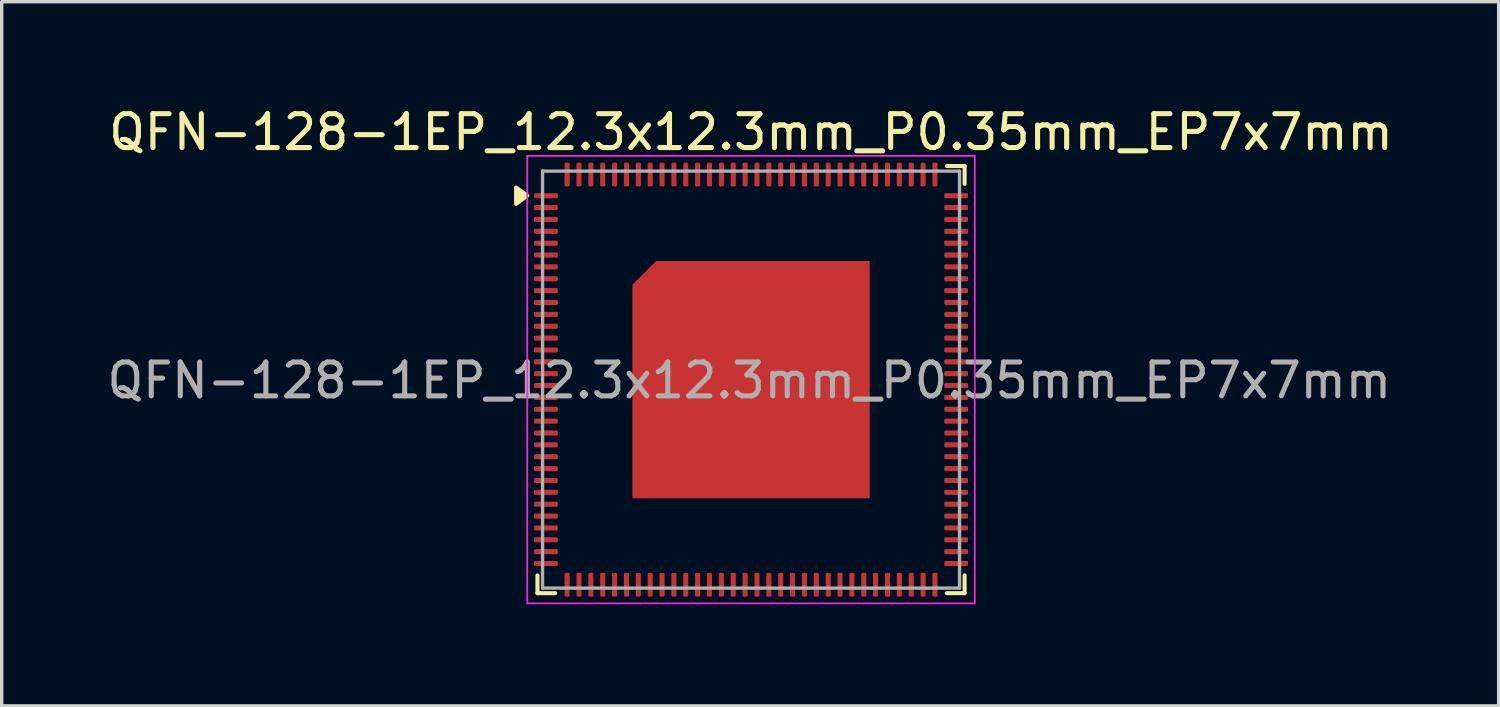
<source format=kicad_pcb>
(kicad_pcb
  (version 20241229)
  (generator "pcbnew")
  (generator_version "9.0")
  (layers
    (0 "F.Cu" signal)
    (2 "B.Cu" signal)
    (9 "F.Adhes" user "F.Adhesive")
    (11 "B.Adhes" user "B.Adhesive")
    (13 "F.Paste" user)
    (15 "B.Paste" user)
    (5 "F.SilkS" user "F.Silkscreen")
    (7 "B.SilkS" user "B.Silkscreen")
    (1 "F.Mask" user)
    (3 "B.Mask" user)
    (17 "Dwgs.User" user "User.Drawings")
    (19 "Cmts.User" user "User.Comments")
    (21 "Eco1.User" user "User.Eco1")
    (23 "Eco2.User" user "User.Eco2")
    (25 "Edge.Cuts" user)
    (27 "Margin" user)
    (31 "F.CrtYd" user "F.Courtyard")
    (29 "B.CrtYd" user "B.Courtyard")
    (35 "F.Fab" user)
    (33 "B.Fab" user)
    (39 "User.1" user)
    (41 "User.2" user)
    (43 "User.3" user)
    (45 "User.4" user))
  (footprint "QFN-128-1EP_12.3x12.3mm_P0.35mm_EP7x7mm"
    (layer "F.Cu")
    (at 19.104 8.148)
    (property "Reference" "QFN-128-1EP_12.3x12.3mm_P0.35mm_EP7x7mm" (at 0 -7.3 0) (layer "F.SilkS") (effects (font (size 1 1) (thickness 0.15))))
    (attr smd)
    (fp_line (start -6.3 6.3) (end -6.3 5.775) (stroke (width 0.12) (type default)) (layer "F.SilkS"))
    (fp_line (start -5.775 6.3) (end -6.3 6.3) (stroke (width 0.12) (type default)) (layer "F.SilkS"))
    (fp_line (start 5.775 -6.3) (end 6.3 -6.3) (stroke (width 0.12) (type default)) (layer "F.SilkS"))
    (fp_line (start 5.775 6.3) (end 6.3 6.3) (stroke (width 0.12) (type default)) (layer "F.SilkS"))
    (fp_line (start 6.3 -6.3) (end 6.3 -5.775) (stroke (width 0.12) (type default)) (layer "F.SilkS"))
    (fp_line (start 6.3 6.3) (end 6.3 5.775) (stroke (width 0.12) (type default)) (layer "F.SilkS"))
    (fp_poly (pts (xy -6.6 -5.425) (xy -6.93 -5.185) (xy -6.93 -5.665) (xy -6.6 -5.425)) (stroke (width 0.12) (type solid)) (fill yes) (layer "F.SilkS"))
    (fp_line (start -6.6 -6.6) (end 6.6 -6.6) (stroke (width 0.05) (type default)) (layer "F.CrtYd"))
    (fp_line (start -6.6 6.6) (end -6.6 -6.6) (stroke (width 0.05) (type default)) (layer "F.CrtYd"))
    (fp_line (start 6.6 -6.6) (end 6.6 6.6) (stroke (width 0.05) (type default)) (layer "F.CrtYd"))
    (fp_line (start 6.6 6.6) (end -6.6 6.6) (stroke (width 0.05) (type default)) (layer "F.CrtYd"))
    (fp_line (start -6.15 -6.15) (end -6.15 6.15) (stroke (width 0.1) (type default)) (layer "F.Fab"))
    (fp_line (start -6.15 6.15) (end 6.15 6.15) (stroke (width 0.1) (type default)) (layer "F.Fab"))
    (fp_line (start 6.15 -6.15) (end -6.15 -6.15) (stroke (width 0.1) (type default)) (layer "F.Fab"))
    (fp_line (start 6.15 6.15) (end 6.15 -6.15) (stroke (width 0.1) (type default)) (layer "F.Fab"))
    (fp_text user "${REFERENCE}" (at -0.05 0.025 180) (layer "F.Fab") (effects (font (size 1 1) (thickness 0.15))))
    (pad "" smd rect (at -2.625 -2.625) (size 1 1) (layers "F.Paste"))
    (pad "" smd rect (at -2.625 -0.875) (size 1 1) (layers "F.Paste"))
    (pad "" smd rect (at -2.625 0.875) (size 1 1) (layers "F.Paste"))
    (pad "" smd rect (at -2.625 2.625) (size 1 1) (layers "F.Paste"))
    (pad "" smd rect (at -0.875 -2.625) (size 1 1) (layers "F.Paste"))
    (pad "" smd rect (at -0.875 -0.875) (size 1 1) (layers "F.Paste"))
    (pad "" smd rect (at -0.875 0.875) (size 1 1) (layers "F.Paste"))
    (pad "" smd rect (at -0.875 2.625) (size 1 1) (layers "F.Paste"))
    (pad "" smd rect (at 0.875 -2.625) (size 1 1) (layers "F.Paste"))
    (pad "" smd rect (at 0.875 -0.875) (size 1 1) (layers "F.Paste"))
    (pad "" smd rect (at 0.875 0.875) (size 1 1) (layers "F.Paste"))
    (pad "" smd rect (at 0.875 2.625) (size 1 1) (layers "F.Paste"))
    (pad "" smd rect (at 2.625 -2.625) (size 1 1) (layers "F.Paste"))
    (pad "" smd rect (at 2.625 -0.875) (size 1 1) (layers "F.Paste"))
    (pad "" smd rect (at 2.625 0.875) (size 1 1) (layers "F.Paste"))
    (pad "" smd rect (at 2.625 2.625) (size 1 1) (layers "F.Paste"))
    (pad "1" smd roundrect (at -6.05 -5.425 90) (size 0.15 0.7) (layers "F.Cu" "F.Mask" "F.Paste") (roundrect_rratio 0.25))
    (pad "2" smd roundrect (at -6.05 -5.075 90) (size 0.15 0.7) (layers "F.Cu" "F.Mask" "F.Paste") (roundrect_rratio 0.25))
    (pad "3" smd roundrect (at -6.05 -4.725 90) (size 0.15 0.7) (layers "F.Cu" "F.Mask" "F.Paste") (roundrect_rratio 0.25))
    (pad "4" smd roundrect (at -6.05 -4.375 90) (size 0.15 0.7) (layers "F.Cu" "F.Mask" "F.Paste") (roundrect_rratio 0.25))
    (pad "5" smd roundrect (at -6.05 -4.025 90) (size 0.15 0.7) (layers "F.Cu" "F.Mask" "F.Paste") (roundrect_rratio 0.25))
    (pad "6" smd roundrect (at -6.05 -3.675 90) (size 0.15 0.7) (layers "F.Cu" "F.Mask" "F.Paste") (roundrect_rratio 0.25))
    (pad "7" smd roundrect (at -6.05 -3.325 90) (size 0.15 0.7) (layers "F.Cu" "F.Mask" "F.Paste") (roundrect_rratio 0.25))
    (pad "8" smd roundrect (at -6.05 -2.975 90) (size 0.15 0.7) (layers "F.Cu" "F.Mask" "F.Paste") (roundrect_rratio 0.25))
    (pad "9" smd roundrect (at -6.05 -2.625 90) (size 0.15 0.7) (layers "F.Cu" "F.Mask" "F.Paste") (roundrect_rratio 0.25))
    (pad "10" smd roundrect (at -6.05 -2.275 90) (size 0.15 0.7) (layers "F.Cu" "F.Mask" "F.Paste") (roundrect_rratio 0.25))
    (pad "11" smd roundrect (at -6.05 -1.925 90) (size 0.15 0.7) (layers "F.Cu" "F.Mask" "F.Paste") (roundrect_rratio 0.25))
    (pad "12" smd roundrect (at -6.05 -1.575 90) (size 0.15 0.7) (layers "F.Cu" "F.Mask" "F.Paste") (roundrect_rratio 0.25))
    (pad "13" smd roundrect (at -6.05 -1.225 90) (size 0.15 0.7) (layers "F.Cu" "F.Mask" "F.Paste") (roundrect_rratio 0.25))
    (pad "14" smd roundrect (at -6.05 -0.875 90) (size 0.15 0.7) (layers "F.Cu" "F.Mask" "F.Paste") (roundrect_rratio 0.25))
    (pad "15" smd roundrect (at -6.05 -0.525 90) (size 0.15 0.7) (layers "F.Cu" "F.Mask" "F.Paste") (roundrect_rratio 0.25))
    (pad "16" smd roundrect (at -6.05 -0.175 90) (size 0.15 0.7) (layers "F.Cu" "F.Mask" "F.Paste") (roundrect_rratio 0.25))
    (pad "17" smd roundrect (at -6.05 0.175 90) (size 0.15 0.7) (layers "F.Cu" "F.Mask" "F.Paste") (roundrect_rratio 0.25))
    (pad "18" smd roundrect (at -6.05 0.525 90) (size 0.15 0.7) (layers "F.Cu" "F.Mask" "F.Paste") (roundrect_rratio 0.25))
    (pad "19" smd roundrect (at -6.05 0.875 90) (size 0.15 0.7) (layers "F.Cu" "F.Mask" "F.Paste") (roundrect_rratio 0.25))
    (pad "20" smd roundrect (at -6.05 1.225 90) (size 0.15 0.7) (layers "F.Cu" "F.Mask" "F.Paste") (roundrect_rratio 0.25))
    (pad "21" smd roundrect (at -6.05 1.575 90) (size 0.15 0.7) (layers "F.Cu" "F.Mask" "F.Paste") (roundrect_rratio 0.25))
    (pad "22" smd roundrect (at -6.05 1.925 90) (size 0.15 0.7) (layers "F.Cu" "F.Mask" "F.Paste") (roundrect_rratio 0.25))
    (pad "23" smd roundrect (at -6.05 2.275 90) (size 0.15 0.7) (layers "F.Cu" "F.Mask" "F.Paste") (roundrect_rratio 0.25))
    (pad "24" smd roundrect (at -6.05 2.625 90) (size 0.15 0.7) (layers "F.Cu" "F.Mask" "F.Paste") (roundrect_rratio 0.25))
    (pad "25" smd roundrect (at -6.05 2.975 90) (size 0.15 0.7) (layers "F.Cu" "F.Mask" "F.Paste") (roundrect_rratio 0.25))
    (pad "26" smd roundrect (at -6.05 3.325 90) (size 0.15 0.7) (layers "F.Cu" "F.Mask" "F.Paste") (roundrect_rratio 0.25))
    (pad "27" smd roundrect (at -6.05 3.675 90) (size 0.15 0.7) (layers "F.Cu" "F.Mask" "F.Paste") (roundrect_rratio 0.25))
    (pad "28" smd roundrect (at -6.05 4.025 90) (size 0.15 0.7) (layers "F.Cu" "F.Mask" "F.Paste") (roundrect_rratio 0.25))
    (pad "29" smd roundrect (at -6.05 4.375 90) (size 0.15 0.7) (layers "F.Cu" "F.Mask" "F.Paste") (roundrect_rratio 0.25))
    (pad "30" smd roundrect (at -6.05 4.725 90) (size 0.15 0.7) (layers "F.Cu" "F.Mask" "F.Paste") (roundrect_rratio 0.25))
    (pad "31" smd roundrect (at -6.05 5.075 90) (size 0.15 0.7) (layers "F.Cu" "F.Mask" "F.Paste") (roundrect_rratio 0.25))
    (pad "32" smd roundrect (at -6.05 5.425 90) (size 0.15 0.7) (layers "F.Cu" "F.Mask" "F.Paste") (roundrect_rratio 0.25))
    (pad "33" smd roundrect (at -5.425 6.05) (size 0.15 0.7) (layers "F.Cu" "F.Mask" "F.Paste") (roundrect_rratio 0.25))
    (pad "34" smd roundrect (at -5.075 6.05) (size 0.15 0.7) (layers "F.Cu" "F.Mask" "F.Paste") (roundrect_rratio 0.25))
    (pad "35" smd roundrect (at -4.725 6.05) (size 0.15 0.7) (layers "F.Cu" "F.Mask" "F.Paste") (roundrect_rratio 0.25))
    (pad "36" smd roundrect (at -4.375 6.05) (size 0.15 0.7) (layers "F.Cu" "F.Mask" "F.Paste") (roundrect_rratio 0.25))
    (pad "37" smd roundrect (at -4.025 6.05) (size 0.15 0.7) (layers "F.Cu" "F.Mask" "F.Paste") (roundrect_rratio 0.25))
    (pad "38" smd roundrect (at -3.675 6.05) (size 0.15 0.7) (layers "F.Cu" "F.Mask" "F.Paste") (roundrect_rratio 0.25))
    (pad "39" smd roundrect (at -3.325 6.05) (size 0.15 0.7) (layers "F.Cu" "F.Mask" "F.Paste") (roundrect_rratio 0.25))
    (pad "40" smd roundrect (at -2.975 6.05) (size 0.15 0.7) (layers "F.Cu" "F.Mask" "F.Paste") (roundrect_rratio 0.25))
    (pad "41" smd roundrect (at -2.625 6.05) (size 0.15 0.7) (layers "F.Cu" "F.Mask" "F.Paste") (roundrect_rratio 0.25))
    (pad "42" smd roundrect (at -2.275 6.05) (size 0.15 0.7) (layers "F.Cu" "F.Mask" "F.Paste") (roundrect_rratio 0.25))
    (pad "43" smd roundrect (at -1.925 6.05) (size 0.15 0.7) (layers "F.Cu" "F.Mask" "F.Paste") (roundrect_rratio 0.25))
    (pad "44" smd roundrect (at -1.575 6.05) (size 0.15 0.7) (layers "F.Cu" "F.Mask" "F.Paste") (roundrect_rratio 0.25))
    (pad "45" smd roundrect (at -1.225 6.05) (size 0.15 0.7) (layers "F.Cu" "F.Mask" "F.Paste") (roundrect_rratio 0.25))
    (pad "46" smd roundrect (at -0.875 6.05) (size 0.15 0.7) (layers "F.Cu" "F.Mask" "F.Paste") (roundrect_rratio 0.25))
    (pad "47" smd roundrect (at -0.525 6.05) (size 0.15 0.7) (layers "F.Cu" "F.Mask" "F.Paste") (roundrect_rratio 0.25))
    (pad "48" smd roundrect (at -0.175 6.05) (size 0.15 0.7) (layers "F.Cu" "F.Mask" "F.Paste") (roundrect_rratio 0.25))
    (pad "49" smd roundrect (at 0.175 6.05) (size 0.15 0.7) (layers "F.Cu" "F.Mask" "F.Paste") (roundrect_rratio 0.25))
    (pad "50" smd roundrect (at 0.525 6.05) (size 0.15 0.7) (layers "F.Cu" "F.Mask" "F.Paste") (roundrect_rratio 0.25))
    (pad "51" smd roundrect (at 0.875 6.05) (size 0.15 0.7) (layers "F.Cu" "F.Mask" "F.Paste") (roundrect_rratio 0.25))
    (pad "52" smd roundrect (at 1.225 6.05) (size 0.15 0.7) (layers "F.Cu" "F.Mask" "F.Paste") (roundrect_rratio 0.25))
    (pad "53" smd roundrect (at 1.575 6.05) (size 0.15 0.7) (layers "F.Cu" "F.Mask" "F.Paste") (roundrect_rratio 0.25))
    (pad "54" smd roundrect (at 1.925 6.05) (size 0.15 0.7) (layers "F.Cu" "F.Mask" "F.Paste") (roundrect_rratio 0.25))
    (pad "55" smd roundrect (at 2.275 6.05) (size 0.15 0.7) (layers "F.Cu" "F.Mask" "F.Paste") (roundrect_rratio 0.25))
    (pad "56" smd roundrect (at 2.625 6.05) (size 0.15 0.7) (layers "F.Cu" "F.Mask" "F.Paste") (roundrect_rratio 0.25))
    (pad "57" smd roundrect (at 2.975 6.05) (size 0.15 0.7) (layers "F.Cu" "F.Mask" "F.Paste") (roundrect_rratio 0.25))
    (pad "58" smd roundrect (at 3.325 6.05) (size 0.15 0.7) (layers "F.Cu" "F.Mask" "F.Paste") (roundrect_rratio 0.25))
    (pad "59" smd roundrect (at 3.675 6.05) (size 0.15 0.7) (layers "F.Cu" "F.Mask" "F.Paste") (roundrect_rratio 0.25))
    (pad "60" smd roundrect (at 4.025 6.05) (size 0.15 0.7) (layers "F.Cu" "F.Mask" "F.Paste") (roundrect_rratio 0.25))
    (pad "61" smd roundrect (at 4.375 6.05) (size 0.15 0.7) (layers "F.Cu" "F.Mask" "F.Paste") (roundrect_rratio 0.25))
    (pad "62" smd roundrect (at 4.725 6.05) (size 0.15 0.7) (layers "F.Cu" "F.Mask" "F.Paste") (roundrect_rratio 0.25))
    (pad "63" smd roundrect (at 5.075 6.05) (size 0.15 0.7) (layers "F.Cu" "F.Mask" "F.Paste") (roundrect_rratio 0.25))
    (pad "64" smd roundrect (at 5.425 6.05) (size 0.15 0.7) (layers "F.Cu" "F.Mask" "F.Paste") (roundrect_rratio 0.25))
    (pad "65" smd roundrect (at 6.05 5.425 90) (size 0.15 0.7) (layers "F.Cu" "F.Mask" "F.Paste") (roundrect_rratio 0.25))
    (pad "66" smd roundrect (at 6.05 5.075 90) (size 0.15 0.7) (layers "F.Cu" "F.Mask" "F.Paste") (roundrect_rratio 0.25))
    (pad "67" smd roundrect (at 6.05 4.725 90) (size 0.15 0.7) (layers "F.Cu" "F.Mask" "F.Paste") (roundrect_rratio 0.25))
    (pad "68" smd roundrect (at 6.05 4.375 90) (size 0.15 0.7) (layers "F.Cu" "F.Mask" "F.Paste") (roundrect_rratio 0.25))
    (pad "69" smd roundrect (at 6.05 4.025 90) (size 0.15 0.7) (layers "F.Cu" "F.Mask" "F.Paste") (roundrect_rratio 0.25))
    (pad "70" smd roundrect (at 6.05 3.675 90) (size 0.15 0.7) (layers "F.Cu" "F.Mask" "F.Paste") (roundrect_rratio 0.25))
    (pad "71" smd roundrect (at 6.05 3.325 90) (size 0.15 0.7) (layers "F.Cu" "F.Mask" "F.Paste") (roundrect_rratio 0.25))
    (pad "72" smd roundrect (at 6.05 2.975 90) (size 0.15 0.7) (layers "F.Cu" "F.Mask" "F.Paste") (roundrect_rratio 0.25))
    (pad "73" smd roundrect (at 6.05 2.625 90) (size 0.15 0.7) (layers "F.Cu" "F.Mask" "F.Paste") (roundrect_rratio 0.25))
    (pad "74" smd roundrect (at 6.05 2.275 90) (size 0.15 0.7) (layers "F.Cu" "F.Mask" "F.Paste") (roundrect_rratio 0.25))
    (pad "75" smd roundrect (at 6.05 1.925 90) (size 0.15 0.7) (layers "F.Cu" "F.Mask" "F.Paste") (roundrect_rratio 0.25))
    (pad "76" smd roundrect (at 6.05 1.575 90) (size 0.15 0.7) (layers "F.Cu" "F.Mask" "F.Paste") (roundrect_rratio 0.25))
    (pad "77" smd roundrect (at 6.05 1.225 90) (size 0.15 0.7) (layers "F.Cu" "F.Mask" "F.Paste") (roundrect_rratio 0.25))
    (pad "78" smd roundrect (at 6.05 0.875 90) (size 0.15 0.7) (layers "F.Cu" "F.Mask" "F.Paste") (roundrect_rratio 0.25))
    (pad "79" smd roundrect (at 6.05 0.525 90) (size 0.15 0.7) (layers "F.Cu" "F.Mask" "F.Paste") (roundrect_rratio 0.25))
    (pad "80" smd roundrect (at 6.05 0.175 90) (size 0.15 0.7) (layers "F.Cu" "F.Mask" "F.Paste") (roundrect_rratio 0.25))
    (pad "81" smd roundrect (at 6.05 -0.175 90) (size 0.15 0.7) (layers "F.Cu" "F.Mask" "F.Paste") (roundrect_rratio 0.25))
    (pad "82" smd roundrect (at 6.05 -0.525 90) (size 0.15 0.7) (layers "F.Cu" "F.Mask" "F.Paste") (roundrect_rratio 0.25))
    (pad "83" smd roundrect (at 6.05 -0.875 90) (size 0.15 0.7) (layers "F.Cu" "F.Mask" "F.Paste") (roundrect_rratio 0.25))
    (pad "84" smd roundrect (at 6.05 -1.225 90) (size 0.15 0.7) (layers "F.Cu" "F.Mask" "F.Paste") (roundrect_rratio 0.25))
    (pad "85" smd roundrect (at 6.05 -1.575 90) (size 0.15 0.7) (layers "F.Cu" "F.Mask" "F.Paste") (roundrect_rratio 0.25))
    (pad "86" smd roundrect (at 6.05 -1.925 90) (size 0.15 0.7) (layers "F.Cu" "F.Mask" "F.Paste") (roundrect_rratio 0.25))
    (pad "87" smd roundrect (at 6.05 -2.275 90) (size 0.15 0.7) (layers "F.Cu" "F.Mask" "F.Paste") (roundrect_rratio 0.25))
    (pad "88" smd roundrect (at 6.05 -2.625 90) (size 0.15 0.7) (layers "F.Cu" "F.Mask" "F.Paste") (roundrect_rratio 0.25))
    (pad "89" smd roundrect (at 6.05 -2.975 90) (size 0.15 0.7) (layers "F.Cu" "F.Mask" "F.Paste") (roundrect_rratio 0.25))
    (pad "90" smd roundrect (at 6.05 -3.325 90) (size 0.15 0.7) (layers "F.Cu" "F.Mask" "F.Paste") (roundrect_rratio 0.25))
    (pad "91" smd roundrect (at 6.05 -3.675 90) (size 0.15 0.7) (layers "F.Cu" "F.Mask" "F.Paste") (roundrect_rratio 0.25))
    (pad "92" smd roundrect (at 6.05 -4.025 90) (size 0.15 0.7) (layers "F.Cu" "F.Mask" "F.Paste") (roundrect_rratio 0.25))
    (pad "93" smd roundrect (at 6.05 -4.375 90) (size 0.15 0.7) (layers "F.Cu" "F.Mask" "F.Paste") (roundrect_rratio 0.25))
    (pad "94" smd roundrect (at 6.05 -4.725 90) (size 0.15 0.7) (layers "F.Cu" "F.Mask" "F.Paste") (roundrect_rratio 0.25))
    (pad "95" smd roundrect (at 6.05 -5.075 90) (size 0.15 0.7) (layers "F.Cu" "F.Mask" "F.Paste") (roundrect_rratio 0.25))
    (pad "96" smd roundrect (at 6.05 -5.425 90) (size 0.15 0.7) (layers "F.Cu" "F.Mask" "F.Paste") (roundrect_rratio 0.25))
    (pad "97" smd roundrect (at 5.425 -6.05) (size 0.15 0.7) (layers "F.Cu" "F.Mask" "F.Paste") (roundrect_rratio 0.25))
    (pad "98" smd roundrect (at 5.075 -6.05) (size 0.15 0.7) (layers "F.Cu" "F.Mask" "F.Paste") (roundrect_rratio 0.25))
    (pad "99" smd roundrect (at 4.725 -6.05) (size 0.15 0.7) (layers "F.Cu" "F.Mask" "F.Paste") (roundrect_rratio 0.25))
    (pad "100" smd roundrect (at 4.375 -6.05) (size 0.15 0.7) (layers "F.Cu" "F.Mask" "F.Paste") (roundrect_rratio 0.25))
    (pad "101" smd roundrect (at 4.025 -6.05) (size 0.15 0.7) (layers "F.Cu" "F.Mask" "F.Paste") (roundrect_rratio 0.25))
    (pad "102" smd roundrect (at 3.675 -6.05) (size 0.15 0.7) (layers "F.Cu" "F.Mask" "F.Paste") (roundrect_rratio 0.25))
    (pad "103" smd roundrect (at 3.325 -6.05) (size 0.15 0.7) (layers "F.Cu" "F.Mask" "F.Paste") (roundrect_rratio 0.25))
    (pad "104" smd roundrect (at 2.975 -6.05) (size 0.15 0.7) (layers "F.Cu" "F.Mask" "F.Paste") (roundrect_rratio 0.25))
    (pad "105" smd roundrect (at 2.625 -6.05) (size 0.15 0.7) (layers "F.Cu" "F.Mask" "F.Paste") (roundrect_rratio 0.25))
    (pad "106" smd roundrect (at 2.275 -6.05) (size 0.15 0.7) (layers "F.Cu" "F.Mask" "F.Paste") (roundrect_rratio 0.25))
    (pad "107" smd roundrect (at 1.925 -6.05) (size 0.15 0.7) (layers "F.Cu" "F.Mask" "F.Paste") (roundrect_rratio 0.25))
    (pad "108" smd roundrect (at 1.575 -6.05) (size 0.15 0.7) (layers "F.Cu" "F.Mask" "F.Paste") (roundrect_rratio 0.25))
    (pad "109" smd roundrect (at 1.225 -6.05) (size 0.15 0.7) (layers "F.Cu" "F.Mask" "F.Paste") (roundrect_rratio 0.25))
    (pad "110" smd roundrect (at 0.875 -6.05) (size 0.15 0.7) (layers "F.Cu" "F.Mask" "F.Paste") (roundrect_rratio 0.25))
    (pad "111" smd roundrect (at 0.525 -6.05) (size 0.15 0.7) (layers "F.Cu" "F.Mask" "F.Paste") (roundrect_rratio 0.25))
    (pad "112" smd roundrect (at 0.175 -6.05) (size 0.15 0.7) (layers "F.Cu" "F.Mask" "F.Paste") (roundrect_rratio 0.25))
    (pad "113" smd roundrect (at -0.175 -6.05) (size 0.15 0.7) (layers "F.Cu" "F.Mask" "F.Paste") (roundrect_rratio 0.25))
    (pad "114" smd roundrect (at -0.525 -6.05) (size 0.15 0.7) (layers "F.Cu" "F.Mask" "F.Paste") (roundrect_rratio 0.25))
    (pad "115" smd roundrect (at -0.875 -6.05) (size 0.15 0.7) (layers "F.Cu" "F.Mask" "F.Paste") (roundrect_rratio 0.25))
    (pad "116" smd roundrect (at -1.225 -6.05) (size 0.15 0.7) (layers "F.Cu" "F.Mask" "F.Paste") (roundrect_rratio 0.25))
    (pad "117" smd roundrect (at -1.575 -6.05) (size 0.15 0.7) (layers "F.Cu" "F.Mask" "F.Paste") (roundrect_rratio 0.25))
    (pad "118" smd roundrect (at -1.925 -6.05) (size 0.15 0.7) (layers "F.Cu" "F.Mask" "F.Paste") (roundrect_rratio 0.25))
    (pad "119" smd roundrect (at -2.275 -6.05) (size 0.15 0.7) (layers "F.Cu" "F.Mask" "F.Paste") (roundrect_rratio 0.25))
    (pad "120" smd roundrect (at -2.625 -6.05) (size 0.15 0.7) (layers "F.Cu" "F.Mask" "F.Paste") (roundrect_rratio 0.25))
    (pad "121" smd roundrect (at -2.975 -6.05) (size 0.15 0.7) (layers "F.Cu" "F.Mask" "F.Paste") (roundrect_rratio 0.25))
    (pad "122" smd roundrect (at -3.325 -6.05) (size 0.15 0.7) (layers "F.Cu" "F.Mask" "F.Paste") (roundrect_rratio 0.25))
    (pad "123" smd roundrect (at -3.675 -6.05) (size 0.15 0.7) (layers "F.Cu" "F.Mask" "F.Paste") (roundrect_rratio 0.25))
    (pad "124" smd roundrect (at -4.025 -6.05) (size 0.15 0.7) (layers "F.Cu" "F.Mask" "F.Paste") (roundrect_rratio 0.25))
    (pad "125" smd roundrect (at -4.375 -6.05) (size 0.15 0.7) (layers "F.Cu" "F.Mask" "F.Paste") (roundrect_rratio 0.25))
    (pad "126" smd roundrect (at -4.725 -6.05) (size 0.15 0.7) (layers "F.Cu" "F.Mask" "F.Paste") (roundrect_rratio 0.25))
    (pad "127" smd roundrect (at -5.075 -6.05) (size 0.15 0.7) (layers "F.Cu" "F.Mask" "F.Paste") (roundrect_rratio 0.25))
    (pad "128" smd roundrect (at -5.425 -6.05) (size 0.15 0.7) (layers "F.Cu" "F.Mask" "F.Paste") (roundrect_rratio 0.25))
    (pad "129" smd roundrect (at 0 0) (size 7 7) (layers "F.Cu" "F.Mask") (roundrect_rratio 0) (chamfer_ratio 0.1) (chamfer top_left)))
  (gr_rect
    (start -3 -3)
    (end 41.157 17.773)
    (stroke (width 0.1) (type default))
    (fill no)
    (layer "Edge.Cuts")))
</source>
